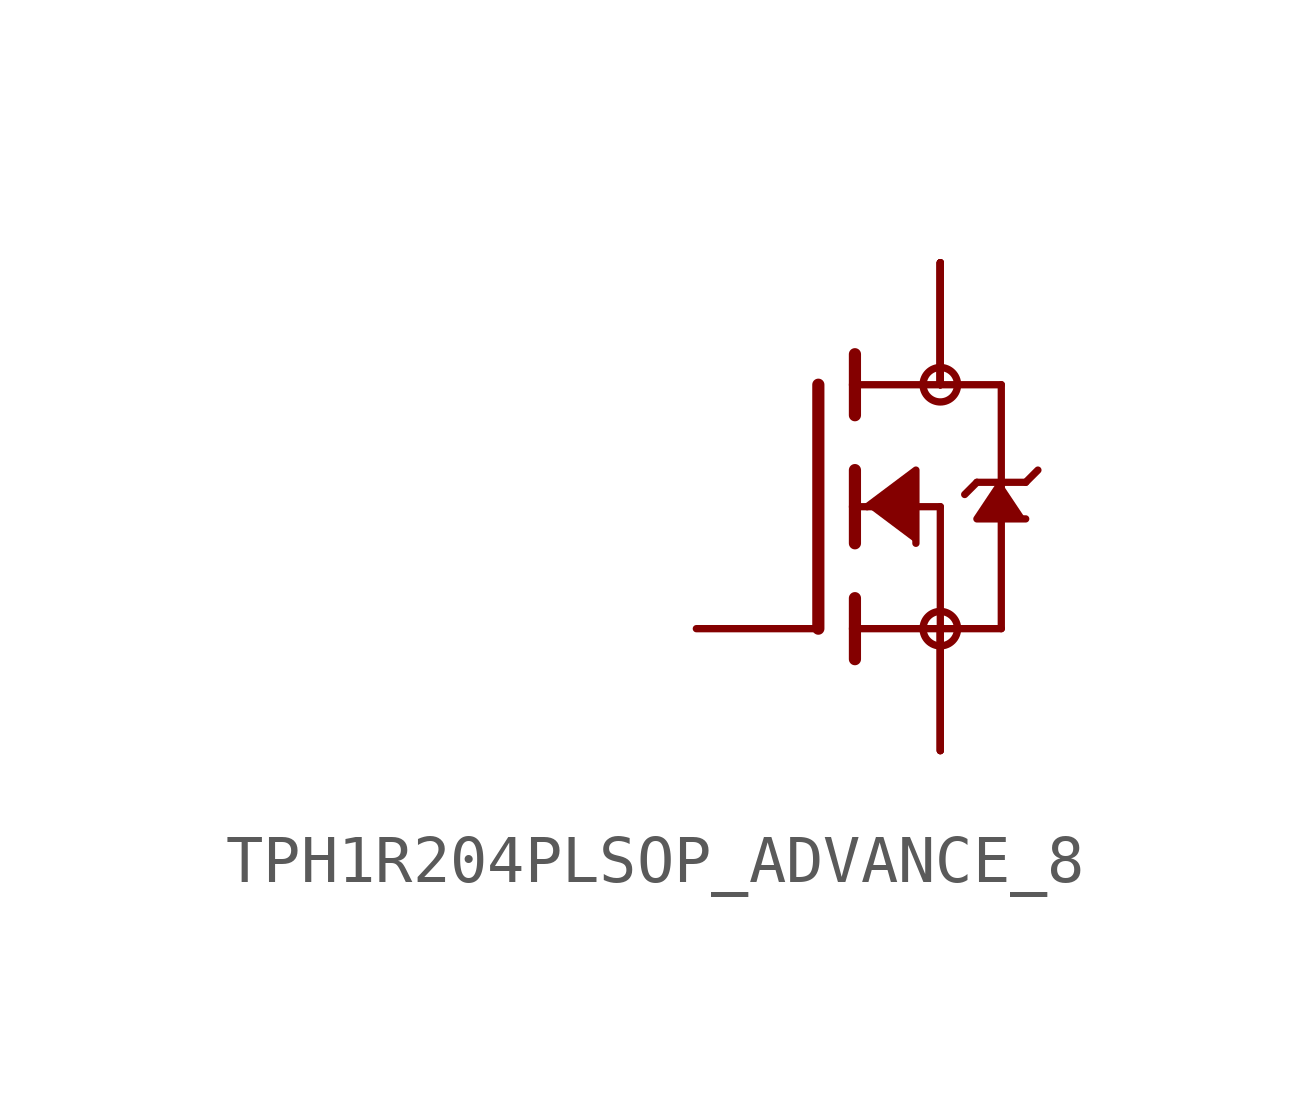
<source format=kicad_sym>
(kicad_symbol_lib
  (version 20220914)
  (generator kicad_symbol_editor)
  (symbol "TPH1R204PLSOP_ADVANCE_8"
    (property "Reference" ""
      (at -11.43 2.54 0)
      (effects (font (size 1.778 1.511)) (justify left bottom) hide))
    (property "Value" ""
      (at -11.43 0 0)
      (effects (font (size 1.778 1.511)) (justify left bottom)))
    (property "ki_locked" ""
      (at 0 0 0)
      (effects (font (size 1.27 1.27))))
    (symbol "TPH1R204PLSOP_ADVANCE_8_1_0"
      (polyline (pts (xy 0 2.54) (xy 0 -2.54)) (stroke (width 0.254) (type solid)) (fill (type none)))
      (polyline (pts (xy 0.762 -2.54) (xy 0.762 -3.175)) (stroke (width 0.254) (type solid)) (fill (type none)))
      (polyline (pts (xy 0.762 -1.905) (xy 0.762 -2.54)) (stroke (width 0.254) (type solid)) (fill (type none)))
      (polyline (pts (xy 0.762 0) (xy 0.762 -0.762)) (stroke (width 0.254) (type solid)) (fill (type none)))
      (polyline (pts (xy 0.762 0) (xy 2.54 0)) (stroke (width 0.152) (type solid)) (fill (type none)))
      (polyline (pts (xy 0.762 0.762) (xy 0.762 0)) (stroke (width 0.254) (type solid)) (fill (type none)))
      (polyline (pts (xy 0.762 2.54) (xy 0.762 1.905)) (stroke (width 0.254) (type solid)) (fill (type none)))
      (polyline (pts (xy 0.762 2.54) (xy 3.81 2.54)) (stroke (width 0.152) (type solid)) (fill (type none)))
      (polyline (pts (xy 0.762 3.175) (xy 0.762 2.54)) (stroke (width 0.254) (type solid)) (fill (type none)))
      (polyline (pts (xy 2.54 -2.54) (xy 0.762 -2.54)) (stroke (width 0.152) (type solid)) (fill (type none)))
      (polyline (pts (xy 2.54 -2.54) (xy 3.81 -2.54)) (stroke (width 0.152) (type solid)) (fill (type none)))
      (polyline (pts (xy 2.54 0) (xy 2.54 -2.54)) (stroke (width 0.152) (type solid)) (fill (type none)))
      (polyline (pts (xy 3.302 0.508) (xy 3.048 0.254)) (stroke (width 0.152) (type solid)) (fill (type none)))
      (polyline (pts (xy 3.81 0.508) (xy 3.302 0.508)) (stroke (width 0.152) (type solid)) (fill (type none)))
      (polyline (pts (xy 3.81 0.508) (xy 3.81 -2.54)) (stroke (width 0.152) (type solid)) (fill (type none)))
      (polyline (pts (xy 3.81 2.54) (xy 3.81 0.508)) (stroke (width 0.152) (type solid)) (fill (type none)))
      (polyline (pts (xy 4.318 0.508) (xy 3.81 0.508)) (stroke (width 0.152) (type solid)) (fill (type none)))
      (polyline (pts (xy 4.572 0.762) (xy 4.318 0.508)) (stroke (width 0.152) (type solid)) (fill (type none)))
      (polyline (pts (xy 1.016 0) (xy 2.032 0.762) (xy 2.032 -0.762)) (stroke (width 0.152) (type solid)) (fill (type outline)))
      (polyline (pts (xy 3.81 0.508) (xy 3.302 -0.254) (xy 4.318 -0.254)) (stroke (width 0.152) (type solid)) (fill (type outline)))
      (circle (center 2.54 -2.54) (radius 0.359) (stroke (width 0) (type solid)) (fill (type none)))
      (circle (center 2.54 2.54) (radius 0.359) (stroke (width 0) (type solid)) (fill (type none)))
      (pin passive line (at 2.54 -5.08 90) (length 2.54) (name "S" (effects (font (size 0 0)))) (number "1" (effects (font (size 0 0)))))
      (pin passive line (at 2.54 -5.08 90) (length 2.54) (name "S" (effects (font (size 0 0)))) (number "2" (effects (font (size 0 0)))))
      (pin passive line (at 2.54 -5.08 90) (length 2.54) (name "S" (effects (font (size 0 0)))) (number "3" (effects (font (size 0 0)))))
      (pin passive line (at -2.54 -2.54 0) (length 2.54) (name "G" (effects (font (size 0 0)))) (number "4" (effects (font (size 0 0)))))
      (pin passive line (at 2.54 5.08 270) (length 2.54) (name "D" (effects (font (size 0 0)))) (number "5" (effects (font (size 0 0)))))
      (pin passive line (at 2.54 5.08 270) (length 2.54) (name "D" (effects (font (size 0 0)))) (number "6" (effects (font (size 0 0)))))
      (pin passive line (at 2.54 5.08 270) (length 2.54) (name "D" (effects (font (size 0 0)))) (number "7" (effects (font (size 0 0)))))
      (pin passive line (at 2.54 5.08 270) (length 2.54) (name "D" (effects (font (size 0 0)))) (number "8" (effects (font (size 0 0)))))
      (pin passive line (at 2.54 5.08 270) (length 2.54) (name "D" (effects (font (size 0 0)))) (number "PAD" (effects (font (size 0 0))))))))
</source>
